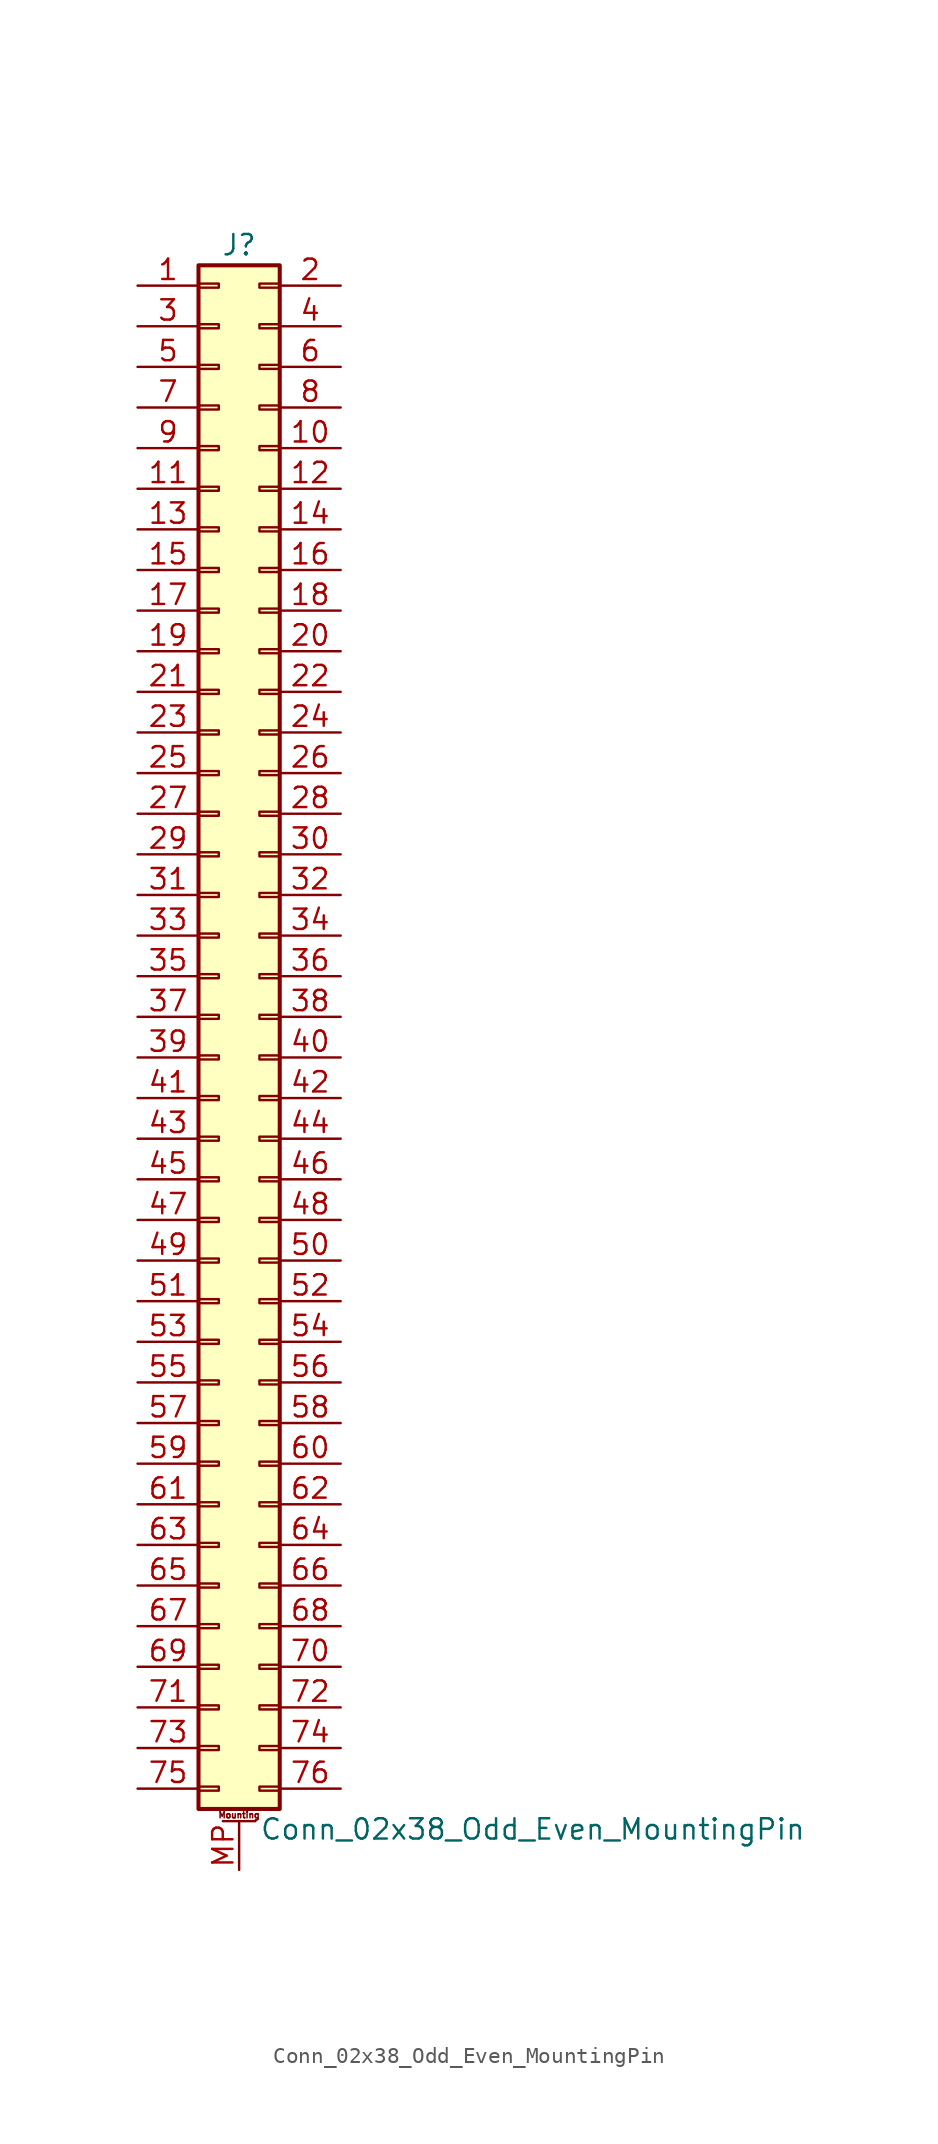
<source format=kicad_sym>
(kicad_symbol_lib
  (version 20201005)
  (generator kicad_symbol_editor)
  (symbol "Connector_Generic_MountingPin:Conn_02x38_Odd_Even_MountingPin"
    (pin_names
      (offset 1.016) hide)
    (property "Reference" "J"
      (at 1.27 48.26 0)
      (effects (font (size 1.27 1.27))))
    (property "Value" "Conn_02x38_Odd_Even_MountingPin"
      (at 2.54 -50.8 0)
      (effects (font (size 1.27 1.27)) (justify left)))
    (symbol "Conn_02x38_Odd_Even_MountingPin_1_1"
      (text "Mounting" (at 1.27 -49.911 0) (effects (font (size 0.381 0.381))))
      (rectangle (start -1.27 -27.813) (end 0 -28.067) (stroke (width 0.152)) (fill (type none)))
      (rectangle (start -1.27 -30.353) (end 0 -30.607) (stroke (width 0.152)) (fill (type none)))
      (rectangle (start -1.27 -32.893) (end 0 -33.147) (stroke (width 0.152)) (fill (type none)))
      (rectangle (start -1.27 -35.433) (end 0 -35.687) (stroke (width 0.152)) (fill (type none)))
      (rectangle (start -1.27 -37.973) (end 0 -38.227) (stroke (width 0.152)) (fill (type none)))
      (rectangle (start -1.27 -40.513) (end 0 -40.767) (stroke (width 0.152)) (fill (type none)))
      (rectangle (start -1.27 -43.053) (end 0 -43.307) (stroke (width 0.152)) (fill (type none)))
      (rectangle (start -1.27 -45.593) (end 0 -45.847) (stroke (width 0.152)) (fill (type none)))
      (rectangle (start -1.27 -48.133) (end 0 -48.387) (stroke (width 0.152)) (fill (type none)))
      (rectangle (start -1.27 -4.953) (end 0 -5.207) (stroke (width 0.152)) (fill (type none)))
      (rectangle (start -1.27 -7.493) (end 0 -7.747) (stroke (width 0.152)) (fill (type none)))
      (rectangle (start -1.27 -10.033) (end 0 -10.287) (stroke (width 0.152)) (fill (type none)))
      (rectangle (start -1.27 -12.573) (end 0 -12.827) (stroke (width 0.152)) (fill (type none)))
      (rectangle (start -1.27 -15.113) (end 0 -15.367) (stroke (width 0.152)) (fill (type none)))
      (rectangle (start -1.27 -17.653) (end 0 -17.907) (stroke (width 0.152)) (fill (type none)))
      (rectangle (start -1.27 -20.193) (end 0 -20.447) (stroke (width 0.152)) (fill (type none)))
      (rectangle (start -1.27 -22.733) (end 0 -22.987) (stroke (width 0.152)) (fill (type none)))
      (rectangle (start -1.27 -2.413) (end 0 -2.667) (stroke (width 0.152)) (fill (type none)))
      (rectangle (start -1.27 -25.273) (end 0 -25.527) (stroke (width 0.152)) (fill (type none)))
      (rectangle (start -1.27 25.527) (end 0 25.273) (stroke (width 0.152)) (fill (type none)))
      (rectangle (start -1.27 2.667) (end 0 2.413) (stroke (width 0.152)) (fill (type none)))
      (rectangle (start -1.27 28.067) (end 0 27.813) (stroke (width 0.152)) (fill (type none)))
      (rectangle (start -1.27 30.607) (end 0 30.353) (stroke (width 0.152)) (fill (type none)))
      (rectangle (start -1.27 33.147) (end 0 32.893) (stroke (width 0.152)) (fill (type none)))
      (rectangle (start -1.27 35.687) (end 0 35.433) (stroke (width 0.152)) (fill (type none)))
      (rectangle (start -1.27 38.227) (end 0 37.973) (stroke (width 0.152)) (fill (type none)))
      (rectangle (start -1.27 40.767) (end 0 40.513) (stroke (width 0.152)) (fill (type none)))
      (rectangle (start -1.27 43.307) (end 0 43.053) (stroke (width 0.152)) (fill (type none)))
      (rectangle (start -1.27 45.847) (end 0 45.593) (stroke (width 0.152)) (fill (type none)))
      (rectangle (start -1.27 46.99) (end 3.81 -49.53) (stroke (width 0.254)) (fill (type background)))
      (rectangle (start -1.27 5.207) (end 0 4.953) (stroke (width 0.152)) (fill (type none)))
      (rectangle (start -1.27 7.747) (end 0 7.493) (stroke (width 0.152)) (fill (type none)))
      (rectangle (start -1.27 10.287) (end 0 10.033) (stroke (width 0.152)) (fill (type none)))
      (rectangle (start -1.27 0.127) (end 0 -0.127) (stroke (width 0.152)) (fill (type none)))
      (rectangle (start -1.27 12.827) (end 0 12.573) (stroke (width 0.152)) (fill (type none)))
      (rectangle (start -1.27 15.367) (end 0 15.113) (stroke (width 0.152)) (fill (type none)))
      (rectangle (start -1.27 17.907) (end 0 17.653) (stroke (width 0.152)) (fill (type none)))
      (rectangle (start -1.27 20.447) (end 0 20.193) (stroke (width 0.152)) (fill (type none)))
      (rectangle (start -1.27 22.987) (end 0 22.733) (stroke (width 0.152)) (fill (type none)))
      (rectangle (start 3.81 -27.813) (end 2.54 -28.067) (stroke (width 0.152)) (fill (type none)))
      (rectangle (start 3.81 -30.353) (end 2.54 -30.607) (stroke (width 0.152)) (fill (type none)))
      (rectangle (start 3.81 -32.893) (end 2.54 -33.147) (stroke (width 0.152)) (fill (type none)))
      (rectangle (start 3.81 -35.433) (end 2.54 -35.687) (stroke (width 0.152)) (fill (type none)))
      (rectangle (start 3.81 -37.973) (end 2.54 -38.227) (stroke (width 0.152)) (fill (type none)))
      (rectangle (start 3.81 -40.513) (end 2.54 -40.767) (stroke (width 0.152)) (fill (type none)))
      (rectangle (start 3.81 -43.053) (end 2.54 -43.307) (stroke (width 0.152)) (fill (type none)))
      (rectangle (start 3.81 -45.593) (end 2.54 -45.847) (stroke (width 0.152)) (fill (type none)))
      (rectangle (start 3.81 -48.133) (end 2.54 -48.387) (stroke (width 0.152)) (fill (type none)))
      (rectangle (start 3.81 -4.953) (end 2.54 -5.207) (stroke (width 0.152)) (fill (type none)))
      (rectangle (start 3.81 -7.493) (end 2.54 -7.747) (stroke (width 0.152)) (fill (type none)))
      (rectangle (start 3.81 -10.033) (end 2.54 -10.287) (stroke (width 0.152)) (fill (type none)))
      (rectangle (start 3.81 -12.573) (end 2.54 -12.827) (stroke (width 0.152)) (fill (type none)))
      (rectangle (start 3.81 -15.113) (end 2.54 -15.367) (stroke (width 0.152)) (fill (type none)))
      (rectangle (start 3.81 -17.653) (end 2.54 -17.907) (stroke (width 0.152)) (fill (type none)))
      (rectangle (start 3.81 -20.193) (end 2.54 -20.447) (stroke (width 0.152)) (fill (type none)))
      (rectangle (start 3.81 -22.733) (end 2.54 -22.987) (stroke (width 0.152)) (fill (type none)))
      (rectangle (start 3.81 -2.413) (end 2.54 -2.667) (stroke (width 0.152)) (fill (type none)))
      (rectangle (start 3.81 -25.273) (end 2.54 -25.527) (stroke (width 0.152)) (fill (type none)))
      (rectangle (start 3.81 25.527) (end 2.54 25.273) (stroke (width 0.152)) (fill (type none)))
      (rectangle (start 3.81 2.667) (end 2.54 2.413) (stroke (width 0.152)) (fill (type none)))
      (rectangle (start 3.81 28.067) (end 2.54 27.813) (stroke (width 0.152)) (fill (type none)))
      (rectangle (start 3.81 30.607) (end 2.54 30.353) (stroke (width 0.152)) (fill (type none)))
      (rectangle (start 3.81 33.147) (end 2.54 32.893) (stroke (width 0.152)) (fill (type none)))
      (rectangle (start 3.81 35.687) (end 2.54 35.433) (stroke (width 0.152)) (fill (type none)))
      (rectangle (start 3.81 38.227) (end 2.54 37.973) (stroke (width 0.152)) (fill (type none)))
      (rectangle (start 3.81 40.767) (end 2.54 40.513) (stroke (width 0.152)) (fill (type none)))
      (rectangle (start 3.81 43.307) (end 2.54 43.053) (stroke (width 0.152)) (fill (type none)))
      (rectangle (start 3.81 45.847) (end 2.54 45.593) (stroke (width 0.152)) (fill (type none)))
      (rectangle (start 3.81 5.207) (end 2.54 4.953) (stroke (width 0.152)) (fill (type none)))
      (rectangle (start 3.81 7.747) (end 2.54 7.493) (stroke (width 0.152)) (fill (type none)))
      (rectangle (start 3.81 10.287) (end 2.54 10.033) (stroke (width 0.152)) (fill (type none)))
      (rectangle (start 3.81 0.127) (end 2.54 -0.127) (stroke (width 0.152)) (fill (type none)))
      (rectangle (start 3.81 12.827) (end 2.54 12.573) (stroke (width 0.152)) (fill (type none)))
      (rectangle (start 3.81 15.367) (end 2.54 15.113) (stroke (width 0.152)) (fill (type none)))
      (rectangle (start 3.81 17.907) (end 2.54 17.653) (stroke (width 0.152)) (fill (type none)))
      (rectangle (start 3.81 20.447) (end 2.54 20.193) (stroke (width 0.152)) (fill (type none)))
      (rectangle (start 3.81 22.987) (end 2.54 22.733) (stroke (width 0.152)) (fill (type none)))
      (polyline (pts (xy 0.254 -50.292) (xy 2.286 -50.292)) (stroke (width 0.152)) (fill (type none)))
      (pin passive line (at 1.27 -53.34 90) (length 3.048) (name "MountPin" (effects (font (size 1.27 1.27)))) (number "MP" (effects (font (size 1.27 1.27)))))
      (pin passive line (at -5.08 45.72 0) (length 3.81) (name "Pin_1" (effects (font (size 1.27 1.27)))) (number "1" (effects (font (size 1.27 1.27)))))
      (pin passive line (at 7.62 35.56 180) (length 3.81) (name "Pin_10" (effects (font (size 1.27 1.27)))) (number "10" (effects (font (size 1.27 1.27)))))
      (pin passive line (at -5.08 33.02 0) (length 3.81) (name "Pin_11" (effects (font (size 1.27 1.27)))) (number "11" (effects (font (size 1.27 1.27)))))
      (pin passive line (at 7.62 33.02 180) (length 3.81) (name "Pin_12" (effects (font (size 1.27 1.27)))) (number "12" (effects (font (size 1.27 1.27)))))
      (pin passive line (at -5.08 30.48 0) (length 3.81) (name "Pin_13" (effects (font (size 1.27 1.27)))) (number "13" (effects (font (size 1.27 1.27)))))
      (pin passive line (at 7.62 30.48 180) (length 3.81) (name "Pin_14" (effects (font (size 1.27 1.27)))) (number "14" (effects (font (size 1.27 1.27)))))
      (pin passive line (at -5.08 27.94 0) (length 3.81) (name "Pin_15" (effects (font (size 1.27 1.27)))) (number "15" (effects (font (size 1.27 1.27)))))
      (pin passive line (at 7.62 27.94 180) (length 3.81) (name "Pin_16" (effects (font (size 1.27 1.27)))) (number "16" (effects (font (size 1.27 1.27)))))
      (pin passive line (at -5.08 25.4 0) (length 3.81) (name "Pin_17" (effects (font (size 1.27 1.27)))) (number "17" (effects (font (size 1.27 1.27)))))
      (pin passive line (at 7.62 25.4 180) (length 3.81) (name "Pin_18" (effects (font (size 1.27 1.27)))) (number "18" (effects (font (size 1.27 1.27)))))
      (pin passive line (at -5.08 22.86 0) (length 3.81) (name "Pin_19" (effects (font (size 1.27 1.27)))) (number "19" (effects (font (size 1.27 1.27)))))
      (pin passive line (at 7.62 45.72 180) (length 3.81) (name "Pin_2" (effects (font (size 1.27 1.27)))) (number "2" (effects (font (size 1.27 1.27)))))
      (pin passive line (at 7.62 22.86 180) (length 3.81) (name "Pin_20" (effects (font (size 1.27 1.27)))) (number "20" (effects (font (size 1.27 1.27)))))
      (pin passive line (at -5.08 20.32 0) (length 3.81) (name "Pin_21" (effects (font (size 1.27 1.27)))) (number "21" (effects (font (size 1.27 1.27)))))
      (pin passive line (at 7.62 20.32 180) (length 3.81) (name "Pin_22" (effects (font (size 1.27 1.27)))) (number "22" (effects (font (size 1.27 1.27)))))
      (pin passive line (at -5.08 17.78 0) (length 3.81) (name "Pin_23" (effects (font (size 1.27 1.27)))) (number "23" (effects (font (size 1.27 1.27)))))
      (pin passive line (at 7.62 17.78 180) (length 3.81) (name "Pin_24" (effects (font (size 1.27 1.27)))) (number "24" (effects (font (size 1.27 1.27)))))
      (pin passive line (at -5.08 15.24 0) (length 3.81) (name "Pin_25" (effects (font (size 1.27 1.27)))) (number "25" (effects (font (size 1.27 1.27)))))
      (pin passive line (at 7.62 15.24 180) (length 3.81) (name "Pin_26" (effects (font (size 1.27 1.27)))) (number "26" (effects (font (size 1.27 1.27)))))
      (pin passive line (at -5.08 12.7 0) (length 3.81) (name "Pin_27" (effects (font (size 1.27 1.27)))) (number "27" (effects (font (size 1.27 1.27)))))
      (pin passive line (at 7.62 12.7 180) (length 3.81) (name "Pin_28" (effects (font (size 1.27 1.27)))) (number "28" (effects (font (size 1.27 1.27)))))
      (pin passive line (at -5.08 10.16 0) (length 3.81) (name "Pin_29" (effects (font (size 1.27 1.27)))) (number "29" (effects (font (size 1.27 1.27)))))
      (pin passive line (at -5.08 43.18 0) (length 3.81) (name "Pin_3" (effects (font (size 1.27 1.27)))) (number "3" (effects (font (size 1.27 1.27)))))
      (pin passive line (at 7.62 10.16 180) (length 3.81) (name "Pin_30" (effects (font (size 1.27 1.27)))) (number "30" (effects (font (size 1.27 1.27)))))
      (pin passive line (at -5.08 7.62 0) (length 3.81) (name "Pin_31" (effects (font (size 1.27 1.27)))) (number "31" (effects (font (size 1.27 1.27)))))
      (pin passive line (at 7.62 7.62 180) (length 3.81) (name "Pin_32" (effects (font (size 1.27 1.27)))) (number "32" (effects (font (size 1.27 1.27)))))
      (pin passive line (at -5.08 5.08 0) (length 3.81) (name "Pin_33" (effects (font (size 1.27 1.27)))) (number "33" (effects (font (size 1.27 1.27)))))
      (pin passive line (at 7.62 5.08 180) (length 3.81) (name "Pin_34" (effects (font (size 1.27 1.27)))) (number "34" (effects (font (size 1.27 1.27)))))
      (pin passive line (at -5.08 2.54 0) (length 3.81) (name "Pin_35" (effects (font (size 1.27 1.27)))) (number "35" (effects (font (size 1.27 1.27)))))
      (pin passive line (at 7.62 2.54 180) (length 3.81) (name "Pin_36" (effects (font (size 1.27 1.27)))) (number "36" (effects (font (size 1.27 1.27)))))
      (pin passive line (at -5.08 0 0) (length 3.81) (name "Pin_37" (effects (font (size 1.27 1.27)))) (number "37" (effects (font (size 1.27 1.27)))))
      (pin passive line (at 7.62 0 180) (length 3.81) (name "Pin_38" (effects (font (size 1.27 1.27)))) (number "38" (effects (font (size 1.27 1.27)))))
      (pin passive line (at -5.08 -2.54 0) (length 3.81) (name "Pin_39" (effects (font (size 1.27 1.27)))) (number "39" (effects (font (size 1.27 1.27)))))
      (pin passive line (at 7.62 43.18 180) (length 3.81) (name "Pin_4" (effects (font (size 1.27 1.27)))) (number "4" (effects (font (size 1.27 1.27)))))
      (pin passive line (at 7.62 -2.54 180) (length 3.81) (name "Pin_40" (effects (font (size 1.27 1.27)))) (number "40" (effects (font (size 1.27 1.27)))))
      (pin passive line (at -5.08 -5.08 0) (length 3.81) (name "Pin_41" (effects (font (size 1.27 1.27)))) (number "41" (effects (font (size 1.27 1.27)))))
      (pin passive line (at 7.62 -5.08 180) (length 3.81) (name "Pin_42" (effects (font (size 1.27 1.27)))) (number "42" (effects (font (size 1.27 1.27)))))
      (pin passive line (at -5.08 -7.62 0) (length 3.81) (name "Pin_43" (effects (font (size 1.27 1.27)))) (number "43" (effects (font (size 1.27 1.27)))))
      (pin passive line (at 7.62 -7.62 180) (length 3.81) (name "Pin_44" (effects (font (size 1.27 1.27)))) (number "44" (effects (font (size 1.27 1.27)))))
      (pin passive line (at -5.08 -10.16 0) (length 3.81) (name "Pin_45" (effects (font (size 1.27 1.27)))) (number "45" (effects (font (size 1.27 1.27)))))
      (pin passive line (at 7.62 -10.16 180) (length 3.81) (name "Pin_46" (effects (font (size 1.27 1.27)))) (number "46" (effects (font (size 1.27 1.27)))))
      (pin passive line (at -5.08 -12.7 0) (length 3.81) (name "Pin_47" (effects (font (size 1.27 1.27)))) (number "47" (effects (font (size 1.27 1.27)))))
      (pin passive line (at 7.62 -12.7 180) (length 3.81) (name "Pin_48" (effects (font (size 1.27 1.27)))) (number "48" (effects (font (size 1.27 1.27)))))
      (pin passive line (at -5.08 -15.24 0) (length 3.81) (name "Pin_49" (effects (font (size 1.27 1.27)))) (number "49" (effects (font (size 1.27 1.27)))))
      (pin passive line (at -5.08 40.64 0) (length 3.81) (name "Pin_5" (effects (font (size 1.27 1.27)))) (number "5" (effects (font (size 1.27 1.27)))))
      (pin passive line (at 7.62 -15.24 180) (length 3.81) (name "Pin_50" (effects (font (size 1.27 1.27)))) (number "50" (effects (font (size 1.27 1.27)))))
      (pin passive line (at -5.08 -17.78 0) (length 3.81) (name "Pin_51" (effects (font (size 1.27 1.27)))) (number "51" (effects (font (size 1.27 1.27)))))
      (pin passive line (at 7.62 -17.78 180) (length 3.81) (name "Pin_52" (effects (font (size 1.27 1.27)))) (number "52" (effects (font (size 1.27 1.27)))))
      (pin passive line (at -5.08 -20.32 0) (length 3.81) (name "Pin_53" (effects (font (size 1.27 1.27)))) (number "53" (effects (font (size 1.27 1.27)))))
      (pin passive line (at 7.62 -20.32 180) (length 3.81) (name "Pin_54" (effects (font (size 1.27 1.27)))) (number "54" (effects (font (size 1.27 1.27)))))
      (pin passive line (at -5.08 -22.86 0) (length 3.81) (name "Pin_55" (effects (font (size 1.27 1.27)))) (number "55" (effects (font (size 1.27 1.27)))))
      (pin passive line (at 7.62 -22.86 180) (length 3.81) (name "Pin_56" (effects (font (size 1.27 1.27)))) (number "56" (effects (font (size 1.27 1.27)))))
      (pin passive line (at -5.08 -25.4 0) (length 3.81) (name "Pin_57" (effects (font (size 1.27 1.27)))) (number "57" (effects (font (size 1.27 1.27)))))
      (pin passive line (at 7.62 -25.4 180) (length 3.81) (name "Pin_58" (effects (font (size 1.27 1.27)))) (number "58" (effects (font (size 1.27 1.27)))))
      (pin passive line (at -5.08 -27.94 0) (length 3.81) (name "Pin_59" (effects (font (size 1.27 1.27)))) (number "59" (effects (font (size 1.27 1.27)))))
      (pin passive line (at 7.62 40.64 180) (length 3.81) (name "Pin_6" (effects (font (size 1.27 1.27)))) (number "6" (effects (font (size 1.27 1.27)))))
      (pin passive line (at 7.62 -27.94 180) (length 3.81) (name "Pin_60" (effects (font (size 1.27 1.27)))) (number "60" (effects (font (size 1.27 1.27)))))
      (pin passive line (at -5.08 -30.48 0) (length 3.81) (name "Pin_61" (effects (font (size 1.27 1.27)))) (number "61" (effects (font (size 1.27 1.27)))))
      (pin passive line (at 7.62 -30.48 180) (length 3.81) (name "Pin_62" (effects (font (size 1.27 1.27)))) (number "62" (effects (font (size 1.27 1.27)))))
      (pin passive line (at -5.08 -33.02 0) (length 3.81) (name "Pin_63" (effects (font (size 1.27 1.27)))) (number "63" (effects (font (size 1.27 1.27)))))
      (pin passive line (at 7.62 -33.02 180) (length 3.81) (name "Pin_64" (effects (font (size 1.27 1.27)))) (number "64" (effects (font (size 1.27 1.27)))))
      (pin passive line (at -5.08 -35.56 0) (length 3.81) (name "Pin_65" (effects (font (size 1.27 1.27)))) (number "65" (effects (font (size 1.27 1.27)))))
      (pin passive line (at 7.62 -35.56 180) (length 3.81) (name "Pin_66" (effects (font (size 1.27 1.27)))) (number "66" (effects (font (size 1.27 1.27)))))
      (pin passive line (at -5.08 -38.1 0) (length 3.81) (name "Pin_67" (effects (font (size 1.27 1.27)))) (number "67" (effects (font (size 1.27 1.27)))))
      (pin passive line (at 7.62 -38.1 180) (length 3.81) (name "Pin_68" (effects (font (size 1.27 1.27)))) (number "68" (effects (font (size 1.27 1.27)))))
      (pin passive line (at -5.08 -40.64 0) (length 3.81) (name "Pin_69" (effects (font (size 1.27 1.27)))) (number "69" (effects (font (size 1.27 1.27)))))
      (pin passive line (at -5.08 38.1 0) (length 3.81) (name "Pin_7" (effects (font (size 1.27 1.27)))) (number "7" (effects (font (size 1.27 1.27)))))
      (pin passive line (at 7.62 -40.64 180) (length 3.81) (name "Pin_70" (effects (font (size 1.27 1.27)))) (number "70" (effects (font (size 1.27 1.27)))))
      (pin passive line (at -5.08 -43.18 0) (length 3.81) (name "Pin_71" (effects (font (size 1.27 1.27)))) (number "71" (effects (font (size 1.27 1.27)))))
      (pin passive line (at 7.62 -43.18 180) (length 3.81) (name "Pin_72" (effects (font (size 1.27 1.27)))) (number "72" (effects (font (size 1.27 1.27)))))
      (pin passive line (at -5.08 -45.72 0) (length 3.81) (name "Pin_73" (effects (font (size 1.27 1.27)))) (number "73" (effects (font (size 1.27 1.27)))))
      (pin passive line (at 7.62 -45.72 180) (length 3.81) (name "Pin_74" (effects (font (size 1.27 1.27)))) (number "74" (effects (font (size 1.27 1.27)))))
      (pin passive line (at -5.08 -48.26 0) (length 3.81) (name "Pin_75" (effects (font (size 1.27 1.27)))) (number "75" (effects (font (size 1.27 1.27)))))
      (pin passive line (at 7.62 -48.26 180) (length 3.81) (name "Pin_76" (effects (font (size 1.27 1.27)))) (number "76" (effects (font (size 1.27 1.27)))))
      (pin passive line (at 7.62 38.1 180) (length 3.81) (name "Pin_8" (effects (font (size 1.27 1.27)))) (number "8" (effects (font (size 1.27 1.27)))))
      (pin passive line (at -5.08 35.56 0) (length 3.81) (name "Pin_9" (effects (font (size 1.27 1.27)))) (number "9" (effects (font (size 1.27 1.27))))))))
</source>
